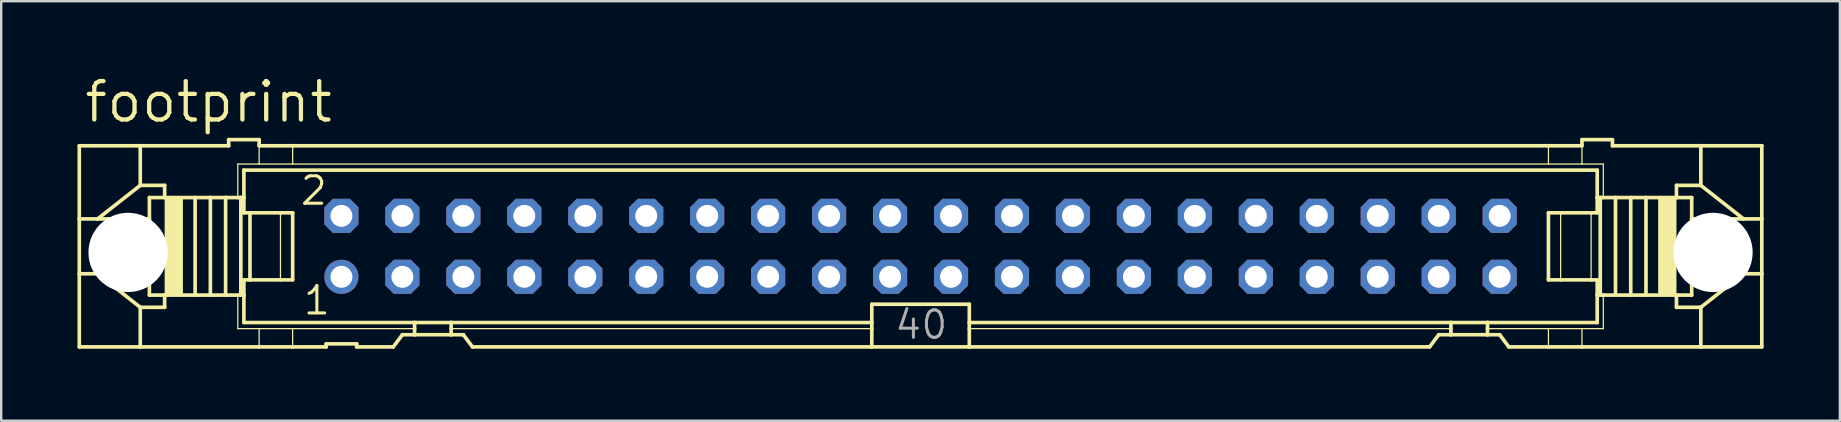
<source format=kicad_pcb>
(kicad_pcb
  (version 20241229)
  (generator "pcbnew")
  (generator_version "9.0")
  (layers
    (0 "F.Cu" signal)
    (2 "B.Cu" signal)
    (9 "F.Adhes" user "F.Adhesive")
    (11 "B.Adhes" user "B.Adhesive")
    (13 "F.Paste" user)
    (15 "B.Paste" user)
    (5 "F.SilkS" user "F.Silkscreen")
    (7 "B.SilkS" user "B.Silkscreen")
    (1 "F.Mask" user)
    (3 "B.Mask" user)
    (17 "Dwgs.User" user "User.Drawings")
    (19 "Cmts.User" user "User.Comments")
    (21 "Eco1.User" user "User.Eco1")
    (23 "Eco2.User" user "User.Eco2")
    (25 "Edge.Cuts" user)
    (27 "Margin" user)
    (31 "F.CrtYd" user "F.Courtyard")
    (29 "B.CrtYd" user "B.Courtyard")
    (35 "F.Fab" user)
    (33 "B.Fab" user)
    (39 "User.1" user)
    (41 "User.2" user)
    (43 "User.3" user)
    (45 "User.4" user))
  (footprint "footprint"
    (layer "F.Cu")
    (at 35.306 7.214)
    (property "Reference" "footprint" (at -34.925 -5.08 0) (layer "F.SilkS") (effects (font (size 1.6 1.6) (thickness 0.178)) (justify left bottom)))
    (fp_line (start -35.052 -4.191) (end -35.052 -1.143) (stroke (width 0.152) (type solid)) (layer "F.SilkS"))
    (fp_line (start -35.052 -4.191) (end -32.512 -4.191) (stroke (width 0.152) (type solid)) (layer "F.SilkS"))
    (fp_line (start -35.052 -1.143) (end -35.052 1.143) (stroke (width 0.152) (type solid)) (layer "F.SilkS"))
    (fp_line (start -35.052 -1.143) (end -34.29 -1.143) (stroke (width 0.152) (type solid)) (layer "F.SilkS"))
    (fp_line (start -35.052 1.143) (end -35.052 4.191) (stroke (width 0.152) (type solid)) (layer "F.SilkS"))
    (fp_line (start -35.052 1.143) (end -34.29 1.143) (stroke (width 0.152) (type solid)) (layer "F.SilkS"))
    (fp_line (start -34.29 -1.143) (end -32.131 -1.143) (stroke (width 0.152) (type solid)) (layer "F.SilkS"))
    (fp_line (start -34.29 1.143) (end -32.131 1.143) (stroke (width 0.152) (type solid)) (layer "F.SilkS"))
    (fp_line (start -32.512 -4.191) (end -32.512 -2.54) (stroke (width 0.152) (type solid)) (layer "F.SilkS"))
    (fp_line (start -32.512 -2.54) (end -34.29 -1.143) (stroke (width 0.152) (type solid)) (layer "F.SilkS"))
    (fp_line (start -32.512 2.54) (end -34.29 1.143) (stroke (width 0.152) (type solid)) (layer "F.SilkS"))
    (fp_line (start -32.512 2.54) (end -32.512 4.191) (stroke (width 0.152) (type solid)) (layer "F.SilkS"))
    (fp_line (start -32.512 4.191) (end -35.052 4.191) (stroke (width 0.152) (type solid)) (layer "F.SilkS"))
    (fp_line (start -32.131 -1.143) (end -32.131 -2.032) (stroke (width 0.152) (type solid)) (layer "F.SilkS"))
    (fp_line (start -32.131 1.143) (end -32.131 -1.143) (stroke (width 0.152) (type solid)) (layer "F.SilkS"))
    (fp_line (start -32.131 2.032) (end -32.131 1.143) (stroke (width 0.152) (type solid)) (layer "F.SilkS"))
    (fp_line (start -31.496 -2.54) (end -32.512 -2.54) (stroke (width 0.152) (type solid)) (layer "F.SilkS"))
    (fp_line (start -31.496 -2.54) (end -31.496 -2.032) (stroke (width 0.152) (type solid)) (layer "F.SilkS"))
    (fp_line (start -31.496 -2.032) (end -32.131 -2.032) (stroke (width 0.152) (type solid)) (layer "F.SilkS"))
    (fp_line (start -31.496 2.032) (end -32.131 2.032) (stroke (width 0.152) (type solid)) (layer "F.SilkS"))
    (fp_line (start -31.496 2.032) (end -31.496 2.54) (stroke (width 0.152) (type solid)) (layer "F.SilkS"))
    (fp_line (start -31.496 2.54) (end -32.512 2.54) (stroke (width 0.152) (type solid)) (layer "F.SilkS"))
    (fp_line (start -30.226 -2.032) (end -31.496 -2.032) (stroke (width 0.152) (type solid)) (layer "F.SilkS"))
    (fp_line (start -30.226 2.032) (end -31.496 2.032) (stroke (width 0.152) (type solid)) (layer "F.SilkS"))
    (fp_line (start -30.226 2.032) (end -30.226 -2.032) (stroke (width 0.152) (type solid)) (layer "F.SilkS"))
    (fp_line (start -29.591 -2.032) (end -30.226 -2.032) (stroke (width 0.152) (type solid)) (layer "F.SilkS"))
    (fp_line (start -29.591 2.032) (end -30.226 2.032) (stroke (width 0.152) (type solid)) (layer "F.SilkS"))
    (fp_line (start -29.591 2.032) (end -29.591 -2.032) (stroke (width 0.152) (type solid)) (layer "F.SilkS"))
    (fp_line (start -28.956 -2.032) (end -29.591 -2.032) (stroke (width 0.152) (type solid)) (layer "F.SilkS"))
    (fp_line (start -28.956 2.032) (end -29.591 2.032) (stroke (width 0.152) (type solid)) (layer "F.SilkS"))
    (fp_line (start -28.956 2.032) (end -28.956 -2.032) (stroke (width 0.152) (type solid)) (layer "F.SilkS"))
    (fp_line (start -28.829 -4.445) (end -28.829 -4.191) (stroke (width 0.152) (type solid)) (layer "F.SilkS"))
    (fp_line (start -28.829 -4.445) (end -27.559 -4.445) (stroke (width 0.152) (type solid)) (layer "F.SilkS"))
    (fp_line (start -28.829 -4.191) (end -32.512 -4.191) (stroke (width 0.152) (type solid)) (layer "F.SilkS"))
    (fp_line (start -28.448 -3.429) (end -28.448 -2.032) (stroke (width 0.051) (type solid)) (layer "F.SilkS"))
    (fp_line (start -28.448 -2.032) (end -28.956 -2.032) (stroke (width 0.152) (type solid)) (layer "F.SilkS"))
    (fp_line (start -28.448 2.032) (end -28.956 2.032) (stroke (width 0.152) (type solid)) (layer "F.SilkS"))
    (fp_line (start -28.448 3.429) (end -28.448 2.032) (stroke (width 0.051) (type solid)) (layer "F.SilkS"))
    (fp_line (start -28.321 -2.032) (end -28.448 -2.032) (stroke (width 0.152) (type solid)) (layer "F.SilkS"))
    (fp_line (start -28.321 2.032) (end -28.448 2.032) (stroke (width 0.152) (type solid)) (layer "F.SilkS"))
    (fp_line (start -28.321 2.032) (end -28.321 -2.032) (stroke (width 0.152) (type solid)) (layer "F.SilkS"))
    (fp_line (start -28.194 -3.175) (end 28.194 -3.175) (stroke (width 0.152) (type solid)) (layer "F.SilkS"))
    (fp_line (start -28.194 -2.032) (end -28.321 -2.032) (stroke (width 0.152) (type solid)) (layer "F.SilkS"))
    (fp_line (start -28.194 -2.032) (end -28.194 -3.175) (stroke (width 0.152) (type solid)) (layer "F.SilkS"))
    (fp_line (start -28.194 -1.397) (end -28.194 -2.032) (stroke (width 0.152) (type solid)) (layer "F.SilkS"))
    (fp_line (start -28.194 -1.397) (end -27.94 -1.397) (stroke (width 0.152) (type solid)) (layer "F.SilkS"))
    (fp_line (start -28.194 2.032) (end -28.321 2.032) (stroke (width 0.152) (type solid)) (layer "F.SilkS"))
    (fp_line (start -28.194 2.032) (end -28.194 1.397) (stroke (width 0.152) (type solid)) (layer "F.SilkS"))
    (fp_line (start -28.194 3.175) (end -28.194 2.032) (stroke (width 0.152) (type solid)) (layer "F.SilkS"))
    (fp_line (start -27.94 -1.397) (end -26.67 -1.397) (stroke (width 0.152) (type solid)) (layer "F.SilkS"))
    (fp_line (start -27.94 1.397) (end -28.194 1.397) (stroke (width 0.152) (type solid)) (layer "F.SilkS"))
    (fp_line (start -27.94 1.397) (end -27.94 -1.397) (stroke (width 0.152) (type solid)) (layer "F.SilkS"))
    (fp_line (start -27.559 -4.445) (end -27.559 -4.191) (stroke (width 0.152) (type solid)) (layer "F.SilkS"))
    (fp_line (start -27.559 -3.429) (end -28.448 -3.429) (stroke (width 0.051) (type solid)) (layer "F.SilkS"))
    (fp_line (start -27.559 -3.429) (end -27.559 -4.191) (stroke (width 0.051) (type solid)) (layer "F.SilkS"))
    (fp_line (start -27.559 -3.429) (end -26.162 -3.429) (stroke (width 0.051) (type solid)) (layer "F.SilkS"))
    (fp_line (start -27.559 3.429) (end -28.448 3.429) (stroke (width 0.051) (type solid)) (layer "F.SilkS"))
    (fp_line (start -27.559 4.191) (end -32.512 4.191) (stroke (width 0.152) (type solid)) (layer "F.SilkS"))
    (fp_line (start -27.559 4.191) (end -27.559 3.429) (stroke (width 0.051) (type solid)) (layer "F.SilkS"))
    (fp_line (start -26.67 -1.397) (end -26.162 -1.397) (stroke (width 0.152) (type solid)) (layer "F.SilkS"))
    (fp_line (start -26.67 1.397) (end -27.94 1.397) (stroke (width 0.152) (type solid)) (layer "F.SilkS"))
    (fp_line (start -26.67 1.397) (end -26.67 -1.397) (stroke (width 0.051) (type solid)) (layer "F.SilkS"))
    (fp_line (start -26.162 -4.191) (end -27.559 -4.191) (stroke (width 0.152) (type solid)) (layer "F.SilkS"))
    (fp_line (start -26.162 -4.191) (end 26.162 -4.191) (stroke (width 0.152) (type solid)) (layer "F.SilkS"))
    (fp_line (start -26.162 -3.429) (end -26.162 -4.191) (stroke (width 0.051) (type solid)) (layer "F.SilkS"))
    (fp_line (start -26.162 -3.429) (end 26.162 -3.429) (stroke (width 0.051) (type solid)) (layer "F.SilkS"))
    (fp_line (start -26.162 1.397) (end -26.67 1.397) (stroke (width 0.152) (type solid)) (layer "F.SilkS"))
    (fp_line (start -26.162 1.397) (end -26.162 -1.397) (stroke (width 0.152) (type solid)) (layer "F.SilkS"))
    (fp_line (start -26.162 3.429) (end -27.559 3.429) (stroke (width 0.051) (type solid)) (layer "F.SilkS"))
    (fp_line (start -26.162 4.191) (end -27.559 4.191) (stroke (width 0.152) (type solid)) (layer "F.SilkS"))
    (fp_line (start -26.162 4.191) (end -26.162 3.429) (stroke (width 0.051) (type solid)) (layer "F.SilkS"))
    (fp_line (start -24.765 4.191) (end -26.162 4.191) (stroke (width 0.152) (type solid)) (layer "F.SilkS"))
    (fp_line (start -24.765 4.191) (end -24.765 4.064) (stroke (width 0.152) (type solid)) (layer "F.SilkS"))
    (fp_line (start -23.495 4.064) (end -24.765 4.064) (stroke (width 0.152) (type solid)) (layer "F.SilkS"))
    (fp_line (start -23.495 4.064) (end -23.495 4.191) (stroke (width 0.152) (type solid)) (layer "F.SilkS"))
    (fp_line (start -21.971 4.191) (end -23.495 4.191) (stroke (width 0.152) (type solid)) (layer "F.SilkS"))
    (fp_line (start -21.971 4.191) (end -21.59 3.683) (stroke (width 0.152) (type solid)) (layer "F.SilkS"))
    (fp_line (start -21.082 3.175) (end -28.194 3.175) (stroke (width 0.152) (type solid)) (layer "F.SilkS"))
    (fp_line (start -21.082 3.175) (end -21.082 3.429) (stroke (width 0.152) (type solid)) (layer "F.SilkS"))
    (fp_line (start -21.082 3.429) (end -26.162 3.429) (stroke (width 0.051) (type solid)) (layer "F.SilkS"))
    (fp_line (start -21.082 3.429) (end -21.082 3.683) (stroke (width 0.152) (type solid)) (layer "F.SilkS"))
    (fp_line (start -21.082 3.683) (end -21.59 3.683) (stroke (width 0.152) (type solid)) (layer "F.SilkS"))
    (fp_line (start -19.558 3.175) (end -21.082 3.175) (stroke (width 0.152) (type solid)) (layer "F.SilkS"))
    (fp_line (start -19.558 3.175) (end -19.558 3.429) (stroke (width 0.152) (type solid)) (layer "F.SilkS"))
    (fp_line (start -19.558 3.429) (end -19.558 3.683) (stroke (width 0.152) (type solid)) (layer "F.SilkS"))
    (fp_line (start -19.558 3.683) (end -21.082 3.683) (stroke (width 0.152) (type solid)) (layer "F.SilkS"))
    (fp_line (start -19.05 3.683) (end -19.558 3.683) (stroke (width 0.152) (type solid)) (layer "F.SilkS"))
    (fp_line (start -19.05 3.683) (end -18.669 4.191) (stroke (width 0.152) (type solid)) (layer "F.SilkS"))
    (fp_line (start -2.032 3.175) (end -19.558 3.175) (stroke (width 0.152) (type solid)) (layer "F.SilkS"))
    (fp_line (start -2.032 3.175) (end -2.032 2.413) (stroke (width 0.152) (type solid)) (layer "F.SilkS"))
    (fp_line (start -2.032 3.175) (end -2.032 3.429) (stroke (width 0.152) (type solid)) (layer "F.SilkS"))
    (fp_line (start -2.032 3.429) (end -19.558 3.429) (stroke (width 0.051) (type solid)) (layer "F.SilkS"))
    (fp_line (start -2.032 3.429) (end -2.032 4.191) (stroke (width 0.152) (type solid)) (layer "F.SilkS"))
    (fp_line (start -2.032 4.191) (end -18.669 4.191) (stroke (width 0.152) (type solid)) (layer "F.SilkS"))
    (fp_line (start 2.032 2.413) (end -2.032 2.413) (stroke (width 0.152) (type solid)) (layer "F.SilkS"))
    (fp_line (start 2.032 2.413) (end 2.032 3.175) (stroke (width 0.152) (type solid)) (layer "F.SilkS"))
    (fp_line (start 2.032 3.175) (end 2.032 3.429) (stroke (width 0.152) (type solid)) (layer "F.SilkS"))
    (fp_line (start 2.032 3.429) (end 2.032 4.191) (stroke (width 0.152) (type solid)) (layer "F.SilkS"))
    (fp_line (start 2.032 4.191) (end -2.032 4.191) (stroke (width 0.152) (type solid)) (layer "F.SilkS"))
    (fp_line (start 21.209 4.191) (end 2.032 4.191) (stroke (width 0.152) (type solid)) (layer "F.SilkS"))
    (fp_line (start 21.209 4.191) (end 21.59 3.683) (stroke (width 0.152) (type solid)) (layer "F.SilkS"))
    (fp_line (start 22.098 3.175) (end 2.032 3.175) (stroke (width 0.152) (type solid)) (layer "F.SilkS"))
    (fp_line (start 22.098 3.175) (end 22.098 3.429) (stroke (width 0.152) (type solid)) (layer "F.SilkS"))
    (fp_line (start 22.098 3.429) (end 2.032 3.429) (stroke (width 0.051) (type solid)) (layer "F.SilkS"))
    (fp_line (start 22.098 3.429) (end 22.098 3.683) (stroke (width 0.152) (type solid)) (layer "F.SilkS"))
    (fp_line (start 22.098 3.683) (end 21.59 3.683) (stroke (width 0.152) (type solid)) (layer "F.SilkS"))
    (fp_line (start 23.622 3.175) (end 22.098 3.175) (stroke (width 0.152) (type solid)) (layer "F.SilkS"))
    (fp_line (start 23.622 3.175) (end 23.622 3.429) (stroke (width 0.152) (type solid)) (layer "F.SilkS"))
    (fp_line (start 23.622 3.429) (end 23.622 3.683) (stroke (width 0.152) (type solid)) (layer "F.SilkS"))
    (fp_line (start 23.622 3.429) (end 26.162 3.429) (stroke (width 0.051) (type solid)) (layer "F.SilkS"))
    (fp_line (start 23.622 3.683) (end 22.098 3.683) (stroke (width 0.152) (type solid)) (layer "F.SilkS"))
    (fp_line (start 24.13 3.683) (end 23.622 3.683) (stroke (width 0.152) (type solid)) (layer "F.SilkS"))
    (fp_line (start 24.13 3.683) (end 24.511 4.191) (stroke (width 0.152) (type solid)) (layer "F.SilkS"))
    (fp_line (start 26.162 -4.191) (end 26.162 -3.429) (stroke (width 0.051) (type solid)) (layer "F.SilkS"))
    (fp_line (start 26.162 -4.191) (end 27.559 -4.191) (stroke (width 0.152) (type solid)) (layer "F.SilkS"))
    (fp_line (start 26.162 -1.397) (end 26.162 1.397) (stroke (width 0.152) (type solid)) (layer "F.SilkS"))
    (fp_line (start 26.162 -1.397) (end 26.67 -1.397) (stroke (width 0.152) (type solid)) (layer "F.SilkS"))
    (fp_line (start 26.162 3.429) (end 26.162 4.191) (stroke (width 0.051) (type solid)) (layer "F.SilkS"))
    (fp_line (start 26.162 3.429) (end 27.559 3.429) (stroke (width 0.051) (type solid)) (layer "F.SilkS"))
    (fp_line (start 26.162 4.191) (end 24.511 4.191) (stroke (width 0.152) (type solid)) (layer "F.SilkS"))
    (fp_line (start 26.67 -1.397) (end 26.67 1.397) (stroke (width 0.051) (type solid)) (layer "F.SilkS"))
    (fp_line (start 26.67 -1.397) (end 27.94 -1.397) (stroke (width 0.152) (type solid)) (layer "F.SilkS"))
    (fp_line (start 26.67 1.397) (end 26.162 1.397) (stroke (width 0.152) (type solid)) (layer "F.SilkS"))
    (fp_line (start 27.559 -4.191) (end 27.559 -4.445) (stroke (width 0.152) (type solid)) (layer "F.SilkS"))
    (fp_line (start 27.559 -4.191) (end 27.559 -3.429) (stroke (width 0.051) (type solid)) (layer "F.SilkS"))
    (fp_line (start 27.559 -3.429) (end 26.162 -3.429) (stroke (width 0.051) (type solid)) (layer "F.SilkS"))
    (fp_line (start 27.559 -3.429) (end 28.448 -3.429) (stroke (width 0.051) (type solid)) (layer "F.SilkS"))
    (fp_line (start 27.559 3.429) (end 27.559 4.191) (stroke (width 0.051) (type solid)) (layer "F.SilkS"))
    (fp_line (start 27.559 3.429) (end 28.448 3.429) (stroke (width 0.051) (type solid)) (layer "F.SilkS"))
    (fp_line (start 27.559 4.191) (end 26.162 4.191) (stroke (width 0.152) (type solid)) (layer "F.SilkS"))
    (fp_line (start 27.94 -1.397) (end 27.94 1.397) (stroke (width 0.051) (type solid)) (layer "F.SilkS"))
    (fp_line (start 27.94 -1.397) (end 28.194 -1.397) (stroke (width 0.152) (type solid)) (layer "F.SilkS"))
    (fp_line (start 27.94 1.397) (end 26.67 1.397) (stroke (width 0.152) (type solid)) (layer "F.SilkS"))
    (fp_line (start 28.194 -3.175) (end 28.194 -2.032) (stroke (width 0.152) (type solid)) (layer "F.SilkS"))
    (fp_line (start 28.194 -2.032) (end 28.194 -1.397) (stroke (width 0.152) (type solid)) (layer "F.SilkS"))
    (fp_line (start 28.194 -2.032) (end 28.321 -2.032) (stroke (width 0.152) (type solid)) (layer "F.SilkS"))
    (fp_line (start 28.194 1.397) (end 27.94 1.397) (stroke (width 0.152) (type solid)) (layer "F.SilkS"))
    (fp_line (start 28.194 1.397) (end 28.194 2.032) (stroke (width 0.152) (type solid)) (layer "F.SilkS"))
    (fp_line (start 28.194 2.032) (end 28.194 3.175) (stroke (width 0.152) (type solid)) (layer "F.SilkS"))
    (fp_line (start 28.194 2.032) (end 28.321 2.032) (stroke (width 0.152) (type solid)) (layer "F.SilkS"))
    (fp_line (start 28.194 3.175) (end 23.622 3.175) (stroke (width 0.152) (type solid)) (layer "F.SilkS"))
    (fp_line (start 28.321 -2.032) (end 28.321 2.032) (stroke (width 0.152) (type solid)) (layer "F.SilkS"))
    (fp_line (start 28.321 -2.032) (end 28.448 -2.032) (stroke (width 0.152) (type solid)) (layer "F.SilkS"))
    (fp_line (start 28.321 2.032) (end 28.448 2.032) (stroke (width 0.152) (type solid)) (layer "F.SilkS"))
    (fp_line (start 28.448 -3.429) (end 28.448 -2.032) (stroke (width 0.051) (type solid)) (layer "F.SilkS"))
    (fp_line (start 28.448 -2.032) (end 28.956 -2.032) (stroke (width 0.152) (type solid)) (layer "F.SilkS"))
    (fp_line (start 28.448 2.032) (end 28.956 2.032) (stroke (width 0.152) (type solid)) (layer "F.SilkS"))
    (fp_line (start 28.448 3.429) (end 28.448 2.032) (stroke (width 0.051) (type solid)) (layer "F.SilkS"))
    (fp_line (start 28.829 -4.445) (end 27.559 -4.445) (stroke (width 0.152) (type solid)) (layer "F.SilkS"))
    (fp_line (start 28.829 -4.191) (end 28.829 -4.445) (stroke (width 0.152) (type solid)) (layer "F.SilkS"))
    (fp_line (start 28.829 -4.191) (end 32.512 -4.191) (stroke (width 0.152) (type solid)) (layer "F.SilkS"))
    (fp_line (start 28.956 -2.032) (end 28.956 2.032) (stroke (width 0.152) (type solid)) (layer "F.SilkS"))
    (fp_line (start 28.956 -2.032) (end 29.591 -2.032) (stroke (width 0.152) (type solid)) (layer "F.SilkS"))
    (fp_line (start 28.956 2.032) (end 29.591 2.032) (stroke (width 0.152) (type solid)) (layer "F.SilkS"))
    (fp_line (start 29.591 -2.032) (end 29.591 2.032) (stroke (width 0.152) (type solid)) (layer "F.SilkS"))
    (fp_line (start 29.591 -2.032) (end 30.226 -2.032) (stroke (width 0.152) (type solid)) (layer "F.SilkS"))
    (fp_line (start 29.591 2.032) (end 30.226 2.032) (stroke (width 0.152) (type solid)) (layer "F.SilkS"))
    (fp_line (start 30.226 -2.032) (end 30.226 2.032) (stroke (width 0.152) (type solid)) (layer "F.SilkS"))
    (fp_line (start 30.226 -2.032) (end 31.496 -2.032) (stroke (width 0.152) (type solid)) (layer "F.SilkS"))
    (fp_line (start 30.226 2.032) (end 31.496 2.032) (stroke (width 0.152) (type solid)) (layer "F.SilkS"))
    (fp_line (start 31.496 -2.54) (end 32.512 -2.54) (stroke (width 0.152) (type solid)) (layer "F.SilkS"))
    (fp_line (start 31.496 -2.032) (end 31.496 -2.54) (stroke (width 0.152) (type solid)) (layer "F.SilkS"))
    (fp_line (start 31.496 -2.032) (end 32.131 -2.032) (stroke (width 0.152) (type solid)) (layer "F.SilkS"))
    (fp_line (start 31.496 2.032) (end 32.131 2.032) (stroke (width 0.152) (type solid)) (layer "F.SilkS"))
    (fp_line (start 31.496 2.54) (end 31.496 2.032) (stroke (width 0.152) (type solid)) (layer "F.SilkS"))
    (fp_line (start 31.496 2.54) (end 32.512 2.54) (stroke (width 0.152) (type solid)) (layer "F.SilkS"))
    (fp_line (start 32.131 -2.032) (end 32.131 -1.143) (stroke (width 0.152) (type solid)) (layer "F.SilkS"))
    (fp_line (start 32.131 -1.143) (end 32.131 1.143) (stroke (width 0.152) (type solid)) (layer "F.SilkS"))
    (fp_line (start 32.131 1.143) (end 32.131 2.032) (stroke (width 0.152) (type solid)) (layer "F.SilkS"))
    (fp_line (start 32.512 -4.191) (end 35.052 -4.191) (stroke (width 0.152) (type solid)) (layer "F.SilkS"))
    (fp_line (start 32.512 -2.54) (end 32.512 -4.191) (stroke (width 0.152) (type solid)) (layer "F.SilkS"))
    (fp_line (start 32.512 -2.54) (end 34.29 -1.143) (stroke (width 0.152) (type solid)) (layer "F.SilkS"))
    (fp_line (start 32.512 2.54) (end 34.29 1.143) (stroke (width 0.152) (type solid)) (layer "F.SilkS"))
    (fp_line (start 32.512 4.191) (end 27.559 4.191) (stroke (width 0.152) (type solid)) (layer "F.SilkS"))
    (fp_line (start 32.512 4.191) (end 32.512 2.54) (stroke (width 0.152) (type solid)) (layer "F.SilkS"))
    (fp_line (start 34.29 -1.143) (end 32.131 -1.143) (stroke (width 0.152) (type solid)) (layer "F.SilkS"))
    (fp_line (start 34.29 1.143) (end 32.131 1.143) (stroke (width 0.152) (type solid)) (layer "F.SilkS"))
    (fp_line (start 35.052 -1.143) (end 34.29 -1.143) (stroke (width 0.152) (type solid)) (layer "F.SilkS"))
    (fp_line (start 35.052 -1.143) (end 35.052 -4.191) (stroke (width 0.152) (type solid)) (layer "F.SilkS"))
    (fp_line (start 35.052 1.143) (end 34.29 1.143) (stroke (width 0.152) (type solid)) (layer "F.SilkS"))
    (fp_line (start 35.052 1.143) (end 35.052 -1.143) (stroke (width 0.152) (type solid)) (layer "F.SilkS"))
    (fp_line (start 35.052 4.191) (end 32.512 4.191) (stroke (width 0.152) (type solid)) (layer "F.SilkS"))
    (fp_line (start 35.052 4.191) (end 35.052 1.143) (stroke (width 0.152) (type solid)) (layer "F.SilkS"))
    (fp_poly (pts (xy -31.496 2.032) (xy -30.734 2.032) (xy -30.734 -2.032) (xy -31.496 -2.032)) (stroke (width 0) (type solid)) (fill yes) (layer "F.SilkS"))
    (fp_poly (pts (xy 30.734 2.032) (xy 31.496 2.032) (xy 31.496 -2.032) (xy 30.734 -2.032)) (stroke (width 0) (type solid)) (fill yes) (layer "F.SilkS"))
    (fp_poly (pts (xy -34.29 0.381) (xy -32.512 0.381) (xy -32.512 -0.381) (xy -34.29 -0.381)) (stroke (width 0.1) (type solid)) (fill no) (layer "F.Fab"))
    (fp_poly (pts (xy -24.384 -1.016) (xy -23.876 -1.016) (xy -23.876 -1.524) (xy -24.384 -1.524)) (stroke (width 0.1) (type solid)) (fill no) (layer "F.Fab"))
    (fp_poly (pts (xy -24.384 1.524) (xy -23.876 1.524) (xy -23.876 1.016) (xy -24.384 1.016)) (stroke (width 0.1) (type solid)) (fill no) (layer "F.Fab"))
    (fp_poly (pts (xy -21.844 -1.016) (xy -21.336 -1.016) (xy -21.336 -1.524) (xy -21.844 -1.524)) (stroke (width 0.1) (type solid)) (fill no) (layer "F.Fab"))
    (fp_poly (pts (xy -21.844 1.524) (xy -21.336 1.524) (xy -21.336 1.016) (xy -21.844 1.016)) (stroke (width 0.1) (type solid)) (fill no) (layer "F.Fab"))
    (fp_poly (pts (xy -19.304 -1.016) (xy -18.796 -1.016) (xy -18.796 -1.524) (xy -19.304 -1.524)) (stroke (width 0.1) (type solid)) (fill no) (layer "F.Fab"))
    (fp_poly (pts (xy -19.304 1.524) (xy -18.796 1.524) (xy -18.796 1.016) (xy -19.304 1.016)) (stroke (width 0.1) (type solid)) (fill no) (layer "F.Fab"))
    (fp_poly (pts (xy -16.764 -1.016) (xy -16.256 -1.016) (xy -16.256 -1.524) (xy -16.764 -1.524)) (stroke (width 0.1) (type solid)) (fill no) (layer "F.Fab"))
    (fp_poly (pts (xy -16.764 1.524) (xy -16.256 1.524) (xy -16.256 1.016) (xy -16.764 1.016)) (stroke (width 0.1) (type solid)) (fill no) (layer "F.Fab"))
    (fp_poly (pts (xy -14.224 -1.016) (xy -13.716 -1.016) (xy -13.716 -1.524) (xy -14.224 -1.524)) (stroke (width 0.1) (type solid)) (fill no) (layer "F.Fab"))
    (fp_poly (pts (xy -14.224 1.524) (xy -13.716 1.524) (xy -13.716 1.016) (xy -14.224 1.016)) (stroke (width 0.1) (type solid)) (fill no) (layer "F.Fab"))
    (fp_poly (pts (xy -11.684 -1.016) (xy -11.176 -1.016) (xy -11.176 -1.524) (xy -11.684 -1.524)) (stroke (width 0.1) (type solid)) (fill no) (layer "F.Fab"))
    (fp_poly (pts (xy -11.684 1.524) (xy -11.176 1.524) (xy -11.176 1.016) (xy -11.684 1.016)) (stroke (width 0.1) (type solid)) (fill no) (layer "F.Fab"))
    (fp_poly (pts (xy -9.144 -1.016) (xy -8.636 -1.016) (xy -8.636 -1.524) (xy -9.144 -1.524)) (stroke (width 0.1) (type solid)) (fill no) (layer "F.Fab"))
    (fp_poly (pts (xy -9.144 1.524) (xy -8.636 1.524) (xy -8.636 1.016) (xy -9.144 1.016)) (stroke (width 0.1) (type solid)) (fill no) (layer "F.Fab"))
    (fp_poly (pts (xy -6.604 -1.016) (xy -6.096 -1.016) (xy -6.096 -1.524) (xy -6.604 -1.524)) (stroke (width 0.1) (type solid)) (fill no) (layer "F.Fab"))
    (fp_poly (pts (xy -6.604 1.524) (xy -6.096 1.524) (xy -6.096 1.016) (xy -6.604 1.016)) (stroke (width 0.1) (type solid)) (fill no) (layer "F.Fab"))
    (fp_poly (pts (xy -4.064 -1.016) (xy -3.556 -1.016) (xy -3.556 -1.524) (xy -4.064 -1.524)) (stroke (width 0.1) (type solid)) (fill no) (layer "F.Fab"))
    (fp_poly (pts (xy -4.064 1.524) (xy -3.556 1.524) (xy -3.556 1.016) (xy -4.064 1.016)) (stroke (width 0.1) (type solid)) (fill no) (layer "F.Fab"))
    (fp_poly (pts (xy -1.524 -1.016) (xy -1.016 -1.016) (xy -1.016 -1.524) (xy -1.524 -1.524)) (stroke (width 0.1) (type solid)) (fill no) (layer "F.Fab"))
    (fp_poly (pts (xy -1.524 1.524) (xy -1.016 1.524) (xy -1.016 1.016) (xy -1.524 1.016)) (stroke (width 0.1) (type solid)) (fill no) (layer "F.Fab"))
    (fp_poly (pts (xy 1.016 -1.016) (xy 1.524 -1.016) (xy 1.524 -1.524) (xy 1.016 -1.524)) (stroke (width 0.1) (type solid)) (fill no) (layer "F.Fab"))
    (fp_poly (pts (xy 1.016 1.524) (xy 1.524 1.524) (xy 1.524 1.016) (xy 1.016 1.016)) (stroke (width 0.1) (type solid)) (fill no) (layer "F.Fab"))
    (fp_poly (pts (xy 3.556 -1.016) (xy 4.064 -1.016) (xy 4.064 -1.524) (xy 3.556 -1.524)) (stroke (width 0.1) (type solid)) (fill no) (layer "F.Fab"))
    (fp_poly (pts (xy 3.556 1.524) (xy 4.064 1.524) (xy 4.064 1.016) (xy 3.556 1.016)) (stroke (width 0.1) (type solid)) (fill no) (layer "F.Fab"))
    (fp_poly (pts (xy 6.096 -1.016) (xy 6.604 -1.016) (xy 6.604 -1.524) (xy 6.096 -1.524)) (stroke (width 0.1) (type solid)) (fill no) (layer "F.Fab"))
    (fp_poly (pts (xy 6.096 1.524) (xy 6.604 1.524) (xy 6.604 1.016) (xy 6.096 1.016)) (stroke (width 0.1) (type solid)) (fill no) (layer "F.Fab"))
    (fp_poly (pts (xy 8.636 -1.016) (xy 9.144 -1.016) (xy 9.144 -1.524) (xy 8.636 -1.524)) (stroke (width 0.1) (type solid)) (fill no) (layer "F.Fab"))
    (fp_poly (pts (xy 8.636 1.524) (xy 9.144 1.524) (xy 9.144 1.016) (xy 8.636 1.016)) (stroke (width 0.1) (type solid)) (fill no) (layer "F.Fab"))
    (fp_poly (pts (xy 11.176 -1.016) (xy 11.684 -1.016) (xy 11.684 -1.524) (xy 11.176 -1.524)) (stroke (width 0.1) (type solid)) (fill no) (layer "F.Fab"))
    (fp_poly (pts (xy 11.176 1.524) (xy 11.684 1.524) (xy 11.684 1.016) (xy 11.176 1.016)) (stroke (width 0.1) (type solid)) (fill no) (layer "F.Fab"))
    (fp_poly (pts (xy 13.716 -1.016) (xy 14.224 -1.016) (xy 14.224 -1.524) (xy 13.716 -1.524)) (stroke (width 0.1) (type solid)) (fill no) (layer "F.Fab"))
    (fp_poly (pts (xy 13.716 1.524) (xy 14.224 1.524) (xy 14.224 1.016) (xy 13.716 1.016)) (stroke (width 0.1) (type solid)) (fill no) (layer "F.Fab"))
    (fp_poly (pts (xy 16.256 -1.016) (xy 16.764 -1.016) (xy 16.764 -1.524) (xy 16.256 -1.524)) (stroke (width 0.1) (type solid)) (fill no) (layer "F.Fab"))
    (fp_poly (pts (xy 16.256 1.524) (xy 16.764 1.524) (xy 16.764 1.016) (xy 16.256 1.016)) (stroke (width 0.1) (type solid)) (fill no) (layer "F.Fab"))
    (fp_poly (pts (xy 18.796 -1.016) (xy 19.304 -1.016) (xy 19.304 -1.524) (xy 18.796 -1.524)) (stroke (width 0.1) (type solid)) (fill no) (layer "F.Fab"))
    (fp_poly (pts (xy 18.796 1.524) (xy 19.304 1.524) (xy 19.304 1.016) (xy 18.796 1.016)) (stroke (width 0.1) (type solid)) (fill no) (layer "F.Fab"))
    (fp_poly (pts (xy 21.336 -1.016) (xy 21.844 -1.016) (xy 21.844 -1.524) (xy 21.336 -1.524)) (stroke (width 0.1) (type solid)) (fill no) (layer "F.Fab"))
    (fp_poly (pts (xy 21.336 1.524) (xy 21.844 1.524) (xy 21.844 1.016) (xy 21.336 1.016)) (stroke (width 0.1) (type solid)) (fill no) (layer "F.Fab"))
    (fp_poly (pts (xy 23.876 -1.016) (xy 24.384 -1.016) (xy 24.384 -1.524) (xy 23.876 -1.524)) (stroke (width 0.1) (type solid)) (fill no) (layer "F.Fab"))
    (fp_poly (pts (xy 23.876 1.524) (xy 24.384 1.524) (xy 24.384 1.016) (xy 23.876 1.016)) (stroke (width 0.1) (type solid)) (fill no) (layer "F.Fab"))
    (fp_poly (pts (xy 32.512 0.381) (xy 34.29 0.381) (xy 34.29 -0.381) (xy 32.512 -0.381)) (stroke (width 0.1) (type solid)) (fill no) (layer "F.Fab"))
    (fp_text user "2" (at -25.908 -1.651 0) (layer "F.SilkS") (effects (font (size 1.143 1.143) (thickness 0.127)) (justify left bottom)))
    (fp_text user "1" (at -25.781 2.921 0) (layer "F.SilkS") (effects (font (size 1.143 1.143) (thickness 0.127)) (justify left bottom)))
    (fp_text user "40" (at -1.143 3.937 0) (layer "F.Fab") (effects (font (size 1.143 1.143) (thickness 0.127)) (justify left bottom)))
    (pad "" np_thru_hole circle (at -33.02 0.254) (size 3.302 3.302) (drill 3.302) (layers "*.Cu" "*.Mask"))
    (pad "" np_thru_hole circle (at 33.02 0.254) (size 3.302 3.302) (drill 3.302) (layers "*.Cu" "*.Mask"))
    (pad "1" thru_hole circle (at -24.13 1.27) (size 1.422 1.422) (drill 0.914) (layers "*.Cu" "*.Mask"))
    (pad "2" thru_hole roundrect (at -24.13 -1.27) (size 1.422 1.422) (drill 0.914) (layers "*.Cu" "*.Mask") (roundrect_rratio 0.25) (chamfer_ratio 0.25) (chamfer top_left top_right bottom_left bottom_right))
    (pad "3" thru_hole roundrect (at -21.59 1.27) (size 1.422 1.422) (drill 0.914) (layers "*.Cu" "*.Mask") (roundrect_rratio 0.25) (chamfer_ratio 0.25) (chamfer top_left top_right bottom_left bottom_right))
    (pad "4" thru_hole roundrect (at -21.59 -1.27) (size 1.422 1.422) (drill 0.914) (layers "*.Cu" "*.Mask") (roundrect_rratio 0.25) (chamfer_ratio 0.25) (chamfer top_left top_right bottom_left bottom_right))
    (pad "5" thru_hole roundrect (at -19.05 1.27) (size 1.422 1.422) (drill 0.914) (layers "*.Cu" "*.Mask") (roundrect_rratio 0.25) (chamfer_ratio 0.25) (chamfer top_left top_right bottom_left bottom_right))
    (pad "6" thru_hole roundrect (at -19.05 -1.27) (size 1.422 1.422) (drill 0.914) (layers "*.Cu" "*.Mask") (roundrect_rratio 0.25) (chamfer_ratio 0.25) (chamfer top_left top_right bottom_left bottom_right))
    (pad "7" thru_hole roundrect (at -16.51 1.27) (size 1.422 1.422) (drill 0.914) (layers "*.Cu" "*.Mask") (roundrect_rratio 0.25) (chamfer_ratio 0.25) (chamfer top_left top_right bottom_left bottom_right))
    (pad "8" thru_hole roundrect (at -16.51 -1.27) (size 1.422 1.422) (drill 0.914) (layers "*.Cu" "*.Mask") (roundrect_rratio 0.25) (chamfer_ratio 0.25) (chamfer top_left top_right bottom_left bottom_right))
    (pad "9" thru_hole roundrect (at -13.97 1.27) (size 1.422 1.422) (drill 0.914) (layers "*.Cu" "*.Mask") (roundrect_rratio 0.25) (chamfer_ratio 0.25) (chamfer top_left top_right bottom_left bottom_right))
    (pad "10" thru_hole roundrect (at -13.97 -1.27) (size 1.422 1.422) (drill 0.914) (layers "*.Cu" "*.Mask") (roundrect_rratio 0.25) (chamfer_ratio 0.25) (chamfer top_left top_right bottom_left bottom_right))
    (pad "11" thru_hole roundrect (at -11.43 1.27) (size 1.422 1.422) (drill 0.914) (layers "*.Cu" "*.Mask") (roundrect_rratio 0.25) (chamfer_ratio 0.25) (chamfer top_left top_right bottom_left bottom_right))
    (pad "12" thru_hole roundrect (at -11.43 -1.27) (size 1.422 1.422) (drill 0.914) (layers "*.Cu" "*.Mask") (roundrect_rratio 0.25) (chamfer_ratio 0.25) (chamfer top_left top_right bottom_left bottom_right))
    (pad "13" thru_hole roundrect (at -8.89 1.27) (size 1.422 1.422) (drill 0.914) (layers "*.Cu" "*.Mask") (roundrect_rratio 0.25) (chamfer_ratio 0.25) (chamfer top_left top_right bottom_left bottom_right))
    (pad "14" thru_hole roundrect (at -8.89 -1.27) (size 1.422 1.422) (drill 0.914) (layers "*.Cu" "*.Mask") (roundrect_rratio 0.25) (chamfer_ratio 0.25) (chamfer top_left top_right bottom_left bottom_right))
    (pad "15" thru_hole roundrect (at -6.35 1.27) (size 1.422 1.422) (drill 0.914) (layers "*.Cu" "*.Mask") (roundrect_rratio 0.25) (chamfer_ratio 0.25) (chamfer top_left top_right bottom_left bottom_right))
    (pad "16" thru_hole roundrect (at -6.35 -1.27) (size 1.422 1.422) (drill 0.914) (layers "*.Cu" "*.Mask") (roundrect_rratio 0.25) (chamfer_ratio 0.25) (chamfer top_left top_right bottom_left bottom_right))
    (pad "17" thru_hole roundrect (at -3.81 1.27) (size 1.422 1.422) (drill 0.914) (layers "*.Cu" "*.Mask") (roundrect_rratio 0.25) (chamfer_ratio 0.25) (chamfer top_left top_right bottom_left bottom_right))
    (pad "18" thru_hole roundrect (at -3.81 -1.27) (size 1.422 1.422) (drill 0.914) (layers "*.Cu" "*.Mask") (roundrect_rratio 0.25) (chamfer_ratio 0.25) (chamfer top_left top_right bottom_left bottom_right))
    (pad "19" thru_hole roundrect (at -1.27 1.27) (size 1.422 1.422) (drill 0.914) (layers "*.Cu" "*.Mask") (roundrect_rratio 0.25) (chamfer_ratio 0.25) (chamfer top_left top_right bottom_left bottom_right))
    (pad "20" thru_hole roundrect (at -1.27 -1.27) (size 1.422 1.422) (drill 0.914) (layers "*.Cu" "*.Mask") (roundrect_rratio 0.25) (chamfer_ratio 0.25) (chamfer top_left top_right bottom_left bottom_right))
    (pad "21" thru_hole roundrect (at 1.27 1.27) (size 1.422 1.422) (drill 0.914) (layers "*.Cu" "*.Mask") (roundrect_rratio 0.25) (chamfer_ratio 0.25) (chamfer top_left top_right bottom_left bottom_right))
    (pad "22" thru_hole roundrect (at 1.27 -1.27) (size 1.422 1.422) (drill 0.914) (layers "*.Cu" "*.Mask") (roundrect_rratio 0.25) (chamfer_ratio 0.25) (chamfer top_left top_right bottom_left bottom_right))
    (pad "23" thru_hole roundrect (at 3.81 1.27) (size 1.422 1.422) (drill 0.914) (layers "*.Cu" "*.Mask") (roundrect_rratio 0.25) (chamfer_ratio 0.25) (chamfer top_left top_right bottom_left bottom_right))
    (pad "24" thru_hole roundrect (at 3.81 -1.27) (size 1.422 1.422) (drill 0.914) (layers "*.Cu" "*.Mask") (roundrect_rratio 0.25) (chamfer_ratio 0.25) (chamfer top_left top_right bottom_left bottom_right))
    (pad "25" thru_hole roundrect (at 6.35 1.27) (size 1.422 1.422) (drill 0.914) (layers "*.Cu" "*.Mask") (roundrect_rratio 0.25) (chamfer_ratio 0.25) (chamfer top_left top_right bottom_left bottom_right))
    (pad "26" thru_hole roundrect (at 6.35 -1.27) (size 1.422 1.422) (drill 0.914) (layers "*.Cu" "*.Mask") (roundrect_rratio 0.25) (chamfer_ratio 0.25) (chamfer top_left top_right bottom_left bottom_right))
    (pad "27" thru_hole roundrect (at 8.89 1.27) (size 1.422 1.422) (drill 0.914) (layers "*.Cu" "*.Mask") (roundrect_rratio 0.25) (chamfer_ratio 0.25) (chamfer top_left top_right bottom_left bottom_right))
    (pad "28" thru_hole roundrect (at 8.89 -1.27) (size 1.422 1.422) (drill 0.914) (layers "*.Cu" "*.Mask") (roundrect_rratio 0.25) (chamfer_ratio 0.25) (chamfer top_left top_right bottom_left bottom_right))
    (pad "29" thru_hole roundrect (at 11.43 1.27) (size 1.422 1.422) (drill 0.914) (layers "*.Cu" "*.Mask") (roundrect_rratio 0.25) (chamfer_ratio 0.25) (chamfer top_left top_right bottom_left bottom_right))
    (pad "30" thru_hole roundrect (at 11.43 -1.27) (size 1.422 1.422) (drill 0.914) (layers "*.Cu" "*.Mask") (roundrect_rratio 0.25) (chamfer_ratio 0.25) (chamfer top_left top_right bottom_left bottom_right))
    (pad "31" thru_hole roundrect (at 13.97 1.27) (size 1.422 1.422) (drill 0.914) (layers "*.Cu" "*.Mask") (roundrect_rratio 0.25) (chamfer_ratio 0.25) (chamfer top_left top_right bottom_left bottom_right))
    (pad "32" thru_hole roundrect (at 13.97 -1.27) (size 1.422 1.422) (drill 0.914) (layers "*.Cu" "*.Mask") (roundrect_rratio 0.25) (chamfer_ratio 0.25) (chamfer top_left top_right bottom_left bottom_right))
    (pad "33" thru_hole roundrect (at 16.51 1.27) (size 1.422 1.422) (drill 0.914) (layers "*.Cu" "*.Mask") (roundrect_rratio 0.25) (chamfer_ratio 0.25) (chamfer top_left top_right bottom_left bottom_right))
    (pad "34" thru_hole roundrect (at 16.51 -1.27) (size 1.422 1.422) (drill 0.914) (layers "*.Cu" "*.Mask") (roundrect_rratio 0.25) (chamfer_ratio 0.25) (chamfer top_left top_right bottom_left bottom_right))
    (pad "35" thru_hole roundrect (at 19.05 1.27) (size 1.422 1.422) (drill 0.914) (layers "*.Cu" "*.Mask") (roundrect_rratio 0.25) (chamfer_ratio 0.25) (chamfer top_left top_right bottom_left bottom_right))
    (pad "36" thru_hole roundrect (at 19.05 -1.27) (size 1.422 1.422) (drill 0.914) (layers "*.Cu" "*.Mask") (roundrect_rratio 0.25) (chamfer_ratio 0.25) (chamfer top_left top_right bottom_left bottom_right))
    (pad "37" thru_hole roundrect (at 21.59 1.27) (size 1.422 1.422) (drill 0.914) (layers "*.Cu" "*.Mask") (roundrect_rratio 0.25) (chamfer_ratio 0.25) (chamfer top_left top_right bottom_left bottom_right))
    (pad "38" thru_hole roundrect (at 21.59 -1.27) (size 1.422 1.422) (drill 0.914) (layers "*.Cu" "*.Mask") (roundrect_rratio 0.25) (chamfer_ratio 0.25) (chamfer top_left top_right bottom_left bottom_right))
    (pad "39" thru_hole roundrect (at 24.13 1.27) (size 1.422 1.422) (drill 0.914) (layers "*.Cu" "*.Mask") (roundrect_rratio 0.25) (chamfer_ratio 0.25) (chamfer top_left top_right bottom_left bottom_right))
    (pad "40" thru_hole roundrect (at 24.13 -1.27) (size 1.422 1.422) (drill 0.914) (layers "*.Cu" "*.Mask") (roundrect_rratio 0.25) (chamfer_ratio 0.25) (chamfer top_left top_right bottom_left bottom_right))
    (zone (net_name "") (layers "F.Cu" "B.Cu") (hatch edge 0.508) (connect_pads) (min_thickness 0.254) (filled_areas_thickness no) (keepout (tracks allowed) (vias not_allowed) (pads allowed) (copperpour allowed) (footprints allowed)) (placement (enabled no)) (fill) (polygon (pts (xy 4.572 7.468) (xy 4.537 7.071) (xy 4.434 6.686) (xy 4.266 6.325) (xy 4.037 5.998) (xy 3.755 5.716) (xy 3.429 5.488) (xy 3.068 5.319) (xy 2.683 5.216) (xy 2.286 5.182) (xy 1.889 5.216) (xy 1.504 5.319) (xy 1.143 5.488) (xy 0.817 5.716) (xy 0.535 5.998) (xy 0.306 6.325) (xy 0.138 6.686) (xy 0.035 7.071) (xy 0 7.468) (xy 0.035 7.865) (xy 0.138 8.249) (xy 0.306 8.611) (xy 0.535 8.937) (xy 0.817 9.219) (xy 1.143 9.447) (xy 1.504 9.616) (xy 1.889 9.719) (xy 2.286 9.754) (xy 2.683 9.719) (xy 3.068 9.616) (xy 3.429 9.447) (xy 3.755 9.219) (xy 4.037 8.937) (xy 4.266 8.611) (xy 4.434 8.249) (xy 4.537 7.865))))
    (zone (net_name "") (layers "F.Cu" "B.Cu") (hatch edge 0.508) (connect_pads) (min_thickness 0.254) (filled_areas_thickness no) (keepout (tracks allowed) (vias not_allowed) (pads allowed) (copperpour allowed) (footprints allowed)) (placement (enabled no)) (fill) (polygon (pts (xy 70.612 7.468) (xy 70.577 7.071) (xy 70.474 6.686) (xy 70.306 6.325) (xy 70.077 5.998) (xy 69.795 5.716) (xy 69.469 5.488) (xy 69.108 5.319) (xy 68.723 5.216) (xy 68.326 5.182) (xy 67.929 5.216) (xy 67.544 5.319) (xy 67.183 5.488) (xy 66.857 5.716) (xy 66.575 5.998) (xy 66.346 6.325) (xy 66.178 6.686) (xy 66.075 7.071) (xy 66.04 7.468) (xy 66.075 7.865) (xy 66.178 8.249) (xy 66.346 8.611) (xy 66.575 8.937) (xy 66.857 9.219) (xy 67.183 9.447) (xy 67.544 9.616) (xy 67.929 9.719) (xy 68.326 9.754) (xy 68.723 9.719) (xy 69.108 9.616) (xy 69.469 9.447) (xy 69.795 9.219) (xy 70.077 8.937) (xy 70.306 8.611) (xy 70.474 8.249) (xy 70.577 7.865))))
    (zone (net_name "") (layer "B.Cu") (hatch edge 0.508) (connect_pads) (min_thickness 0.254) (filled_areas_thickness no) (keepout (tracks not_allowed) (vias not_allowed) (pads not_allowed) (copperpour not_allowed) (footprints allowed)) (placement (enabled no)) (fill) (polygon (pts (xy 4.572 7.468) (xy 4.537 7.071) (xy 4.434 6.686) (xy 4.266 6.325) (xy 4.037 5.998) (xy 3.755 5.716) (xy 3.429 5.488) (xy 3.068 5.319) (xy 2.683 5.216) (xy 2.286 5.182) (xy 1.889 5.216) (xy 1.504 5.319) (xy 1.143 5.488) (xy 0.817 5.716) (xy 0.535 5.998) (xy 0.306 6.325) (xy 0.138 6.686) (xy 0.035 7.071) (xy 0 7.468) (xy 0.035 7.865) (xy 0.138 8.249) (xy 0.306 8.611) (xy 0.535 8.937) (xy 0.817 9.219) (xy 1.143 9.447) (xy 1.504 9.616) (xy 1.889 9.719) (xy 2.286 9.754) (xy 2.683 9.719) (xy 3.068 9.616) (xy 3.429 9.447) (xy 3.755 9.219) (xy 4.037 8.937) (xy 4.266 8.611) (xy 4.434 8.249) (xy 4.537 7.865))))
    (zone (net_name "") (layer "B.Cu") (hatch edge 0.508) (connect_pads) (min_thickness 0.254) (filled_areas_thickness no) (keepout (tracks not_allowed) (vias not_allowed) (pads not_allowed) (copperpour not_allowed) (footprints allowed)) (placement (enabled no)) (fill) (polygon (pts (xy 70.612 7.468) (xy 70.577 7.071) (xy 70.474 6.686) (xy 70.306 6.325) (xy 70.077 5.998) (xy 69.795 5.716) (xy 69.469 5.488) (xy 69.108 5.319) (xy 68.723 5.216) (xy 68.326 5.182) (xy 67.929 5.216) (xy 67.544 5.319) (xy 67.183 5.488) (xy 66.857 5.716) (xy 66.575 5.998) (xy 66.346 6.325) (xy 66.178 6.686) (xy 66.075 7.071) (xy 66.04 7.468) (xy 66.075 7.865) (xy 66.178 8.249) (xy 66.346 8.611) (xy 66.575 8.937) (xy 66.857 9.219) (xy 67.183 9.447) (xy 67.544 9.616) (xy 67.929 9.719) (xy 68.326 9.754) (xy 68.723 9.719) (xy 69.108 9.616) (xy 69.469 9.447) (xy 69.795 9.219) (xy 70.077 8.937) (xy 70.306 8.611) (xy 70.474 8.249) (xy 70.577 7.865)))))
  (gr_rect
    (start -3 -3)
    (end 73.612 14.481)
    (stroke (width 0.1) (type default))
    (fill no)
    (layer "Edge.Cuts")))
</source>
